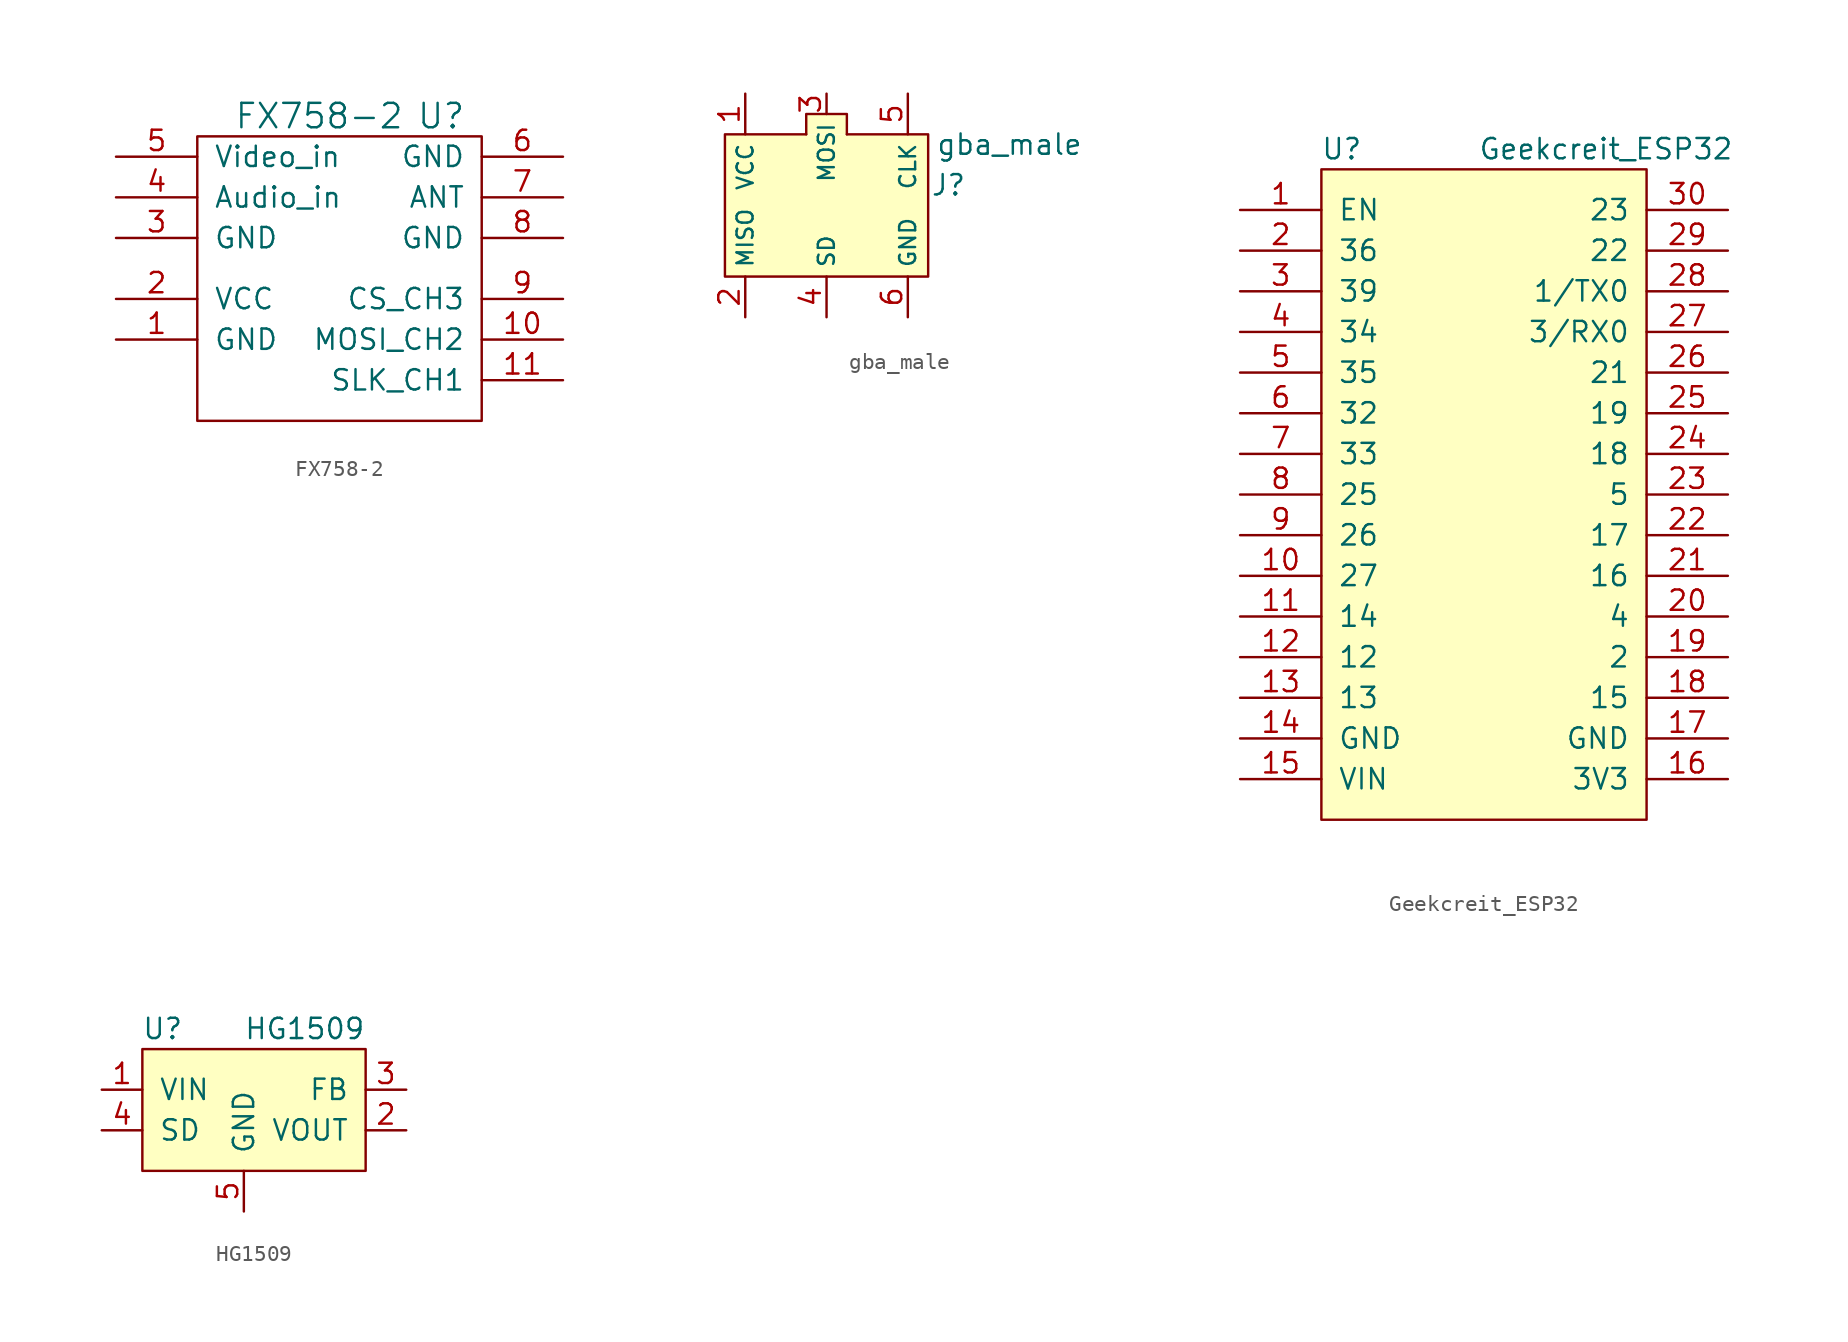
<source format=kicad_sym>
(kicad_symbol_lib
  (version 20211014)
  (generator kicad_symbol_editor)
  (symbol "FX758-2"
    (pin_names
      (offset 1.016))
    (property "Reference" "U"
      (at 5.08 6.35 0)
      (effects (font (size 1.524 1.524))))
    (property "Value" "FX758-2"
      (at -2.54 6.35 0)
      (effects (font (size 1.524 1.524))))
    (symbol "FX758-2_0_1"
      (rectangle (start -10.16 5.08) (end 7.62 -12.7) (stroke (width 0) (type default) (color 0 0 0 0)) (fill (type none))))
    (symbol "FX758-2_1_1"
      (pin passive line (at -15.24 -7.62 0) (length 5.08) (name "GND" (effects (font (size 1.27 1.27)))) (number "1" (effects (font (size 1.27 1.27)))))
      (pin input line (at 12.7 -7.62 180) (length 5.08) (name "MOSI_CH2" (effects (font (size 1.27 1.27)))) (number "10" (effects (font (size 1.27 1.27)))))
      (pin input line (at 12.7 -10.16 180) (length 5.08) (name "SLK_CH1" (effects (font (size 1.27 1.27)))) (number "11" (effects (font (size 1.27 1.27)))))
      (pin power_in line (at -15.24 -5.08 0) (length 5.08) (name "VCC" (effects (font (size 1.27 1.27)))) (number "2" (effects (font (size 1.27 1.27)))))
      (pin passive line (at -15.24 -1.27 0) (length 5.08) (name "GND" (effects (font (size 1.27 1.27)))) (number "3" (effects (font (size 1.27 1.27)))))
      (pin input line (at -15.24 1.27 0) (length 5.08) (name "Audio_in" (effects (font (size 1.27 1.27)))) (number "4" (effects (font (size 1.27 1.27)))))
      (pin input line (at -15.24 3.81 0) (length 5.08) (name "Video_in" (effects (font (size 1.27 1.27)))) (number "5" (effects (font (size 1.27 1.27)))))
      (pin passive line (at 12.7 3.81 180) (length 5.08) (name "GND" (effects (font (size 1.27 1.27)))) (number "6" (effects (font (size 1.27 1.27)))))
      (pin output line (at 12.7 1.27 180) (length 5.08) (name "ANT" (effects (font (size 1.27 1.27)))) (number "7" (effects (font (size 1.27 1.27)))))
      (pin passive line (at 12.7 -1.27 180) (length 5.08) (name "GND" (effects (font (size 1.27 1.27)))) (number "8" (effects (font (size 1.27 1.27)))))
      (pin input line (at 12.7 -5.08 180) (length 5.08) (name "CS_CH3" (effects (font (size 1.27 1.27)))) (number "9" (effects (font (size 1.27 1.27)))))))
  (symbol "gba_male"
    (property "Reference" "J"
      (at 7.62 1.905 0)
      (effects (font (size 1.27 1.27))))
    (property "Value" "gba_male"
      (at 11.43 4.445 0)
      (effects (font (size 1.27 1.27))))
    (symbol "gba_male_0_1"
      (polyline (pts (xy -1.27 5.08) (xy -1.27 6.35) (xy 1.27 6.35) (xy 1.27 5.08)) (stroke (width 0.152) (type default) (color 0 0 0 0)) (fill (type background)))
      (polyline (pts (xy -1.27 5.08) (xy -6.35 5.08) (xy -6.35 -3.81) (xy 6.35 -3.81) (xy 6.35 5.08) (xy 1.27 5.08)) (stroke (width 0.152) (type default) (color 0 0 0 0)) (fill (type background))))
    (symbol "gba_male_1_1"
      (pin input line (at -5.08 7.62 270) (length 2.54) (name "VCC" (effects (font (size 1 1)))) (number "1" (effects (font (size 1.27 1.27)))))
      (pin input line (at -5.08 -6.35 90) (length 2.54) (name "MISO" (effects (font (size 1 1)))) (number "2" (effects (font (size 1.27 1.27)))))
      (pin input line (at 0 7.62 270) (length 1.27) (name "MOSI" (effects (font (size 1 1)))) (number "3" (effects (font (size 1.27 1.27)))))
      (pin input line (at 0 -6.35 90) (length 2.54) (name "SD" (effects (font (size 1 1)))) (number "4" (effects (font (size 1.27 1.27)))))
      (pin input line (at 5.08 7.62 270) (length 2.54) (name "CLK" (effects (font (size 1 1)))) (number "5" (effects (font (size 1.27 1.27)))))
      (pin input line (at 5.08 -6.35 90) (length 2.54) (name "GND" (effects (font (size 1 1)))) (number "6" (effects (font (size 1.27 1.27)))))
      (pin input line (at 5.08 -6.35 90) (length 2.54) hide (name "SHIELD" (effects (font (size 1 1)))) (number "7" (effects (font (size 1.27 1.27)))))))
  (symbol "Geekcreit_ESP32"
    (pin_names
      (offset 1.016))
    (property "Reference" "U"
      (at -8.89 24.13 0)
      (effects (font (size 1.27 1.27))))
    (property "Value" "Geekcreit_ESP32"
      (at 7.62 24.13 0)
      (effects (font (size 1.27 1.27))))
    (symbol "Geekcreit_ESP32_0_1"
      (rectangle (start -10.16 22.86) (end 10.16 -17.78) (stroke (width 0) (type default) (color 0 0 0 0)) (fill (type background))))
    (symbol "Geekcreit_ESP32_1_1"
      (pin input line (at -15.24 20.32 0) (length 5.08) (name "EN" (effects (font (size 1.27 1.27)))) (number "1" (effects (font (size 1.27 1.27)))))
      (pin input line (at -15.24 -2.54 0) (length 5.08) (name "27" (effects (font (size 1.27 1.27)))) (number "10" (effects (font (size 1.27 1.27)))))
      (pin input line (at -15.24 -5.08 0) (length 5.08) (name "14" (effects (font (size 1.27 1.27)))) (number "11" (effects (font (size 1.27 1.27)))))
      (pin input line (at -15.24 -7.62 0) (length 5.08) (name "12" (effects (font (size 1.27 1.27)))) (number "12" (effects (font (size 1.27 1.27)))))
      (pin input line (at -15.24 -10.16 0) (length 5.08) (name "13" (effects (font (size 1.27 1.27)))) (number "13" (effects (font (size 1.27 1.27)))))
      (pin input line (at -15.24 -12.7 0) (length 5.08) (name "GND" (effects (font (size 1.27 1.27)))) (number "14" (effects (font (size 1.27 1.27)))))
      (pin input line (at -15.24 -15.24 0) (length 5.08) (name "VIN" (effects (font (size 1.27 1.27)))) (number "15" (effects (font (size 1.27 1.27)))))
      (pin input line (at 15.24 -15.24 180) (length 5.08) (name "3V3" (effects (font (size 1.27 1.27)))) (number "16" (effects (font (size 1.27 1.27)))))
      (pin input line (at 15.24 -12.7 180) (length 5.08) (name "GND" (effects (font (size 1.27 1.27)))) (number "17" (effects (font (size 1.27 1.27)))))
      (pin input line (at 15.24 -10.16 180) (length 5.08) (name "15" (effects (font (size 1.27 1.27)))) (number "18" (effects (font (size 1.27 1.27)))))
      (pin input line (at 15.24 -7.62 180) (length 5.08) (name "2" (effects (font (size 1.27 1.27)))) (number "19" (effects (font (size 1.27 1.27)))))
      (pin input line (at -15.24 17.78 0) (length 5.08) (name "36" (effects (font (size 1.27 1.27)))) (number "2" (effects (font (size 1.27 1.27)))))
      (pin input line (at 15.24 -5.08 180) (length 5.08) (name "4" (effects (font (size 1.27 1.27)))) (number "20" (effects (font (size 1.27 1.27)))))
      (pin input line (at 15.24 -2.54 180) (length 5.08) (name "16" (effects (font (size 1.27 1.27)))) (number "21" (effects (font (size 1.27 1.27)))))
      (pin input line (at 15.24 0 180) (length 5.08) (name "17" (effects (font (size 1.27 1.27)))) (number "22" (effects (font (size 1.27 1.27)))))
      (pin input line (at 15.24 2.54 180) (length 5.08) (name "5" (effects (font (size 1.27 1.27)))) (number "23" (effects (font (size 1.27 1.27)))))
      (pin input line (at 15.24 5.08 180) (length 5.08) (name "18" (effects (font (size 1.27 1.27)))) (number "24" (effects (font (size 1.27 1.27)))))
      (pin input line (at 15.24 7.62 180) (length 5.08) (name "19" (effects (font (size 1.27 1.27)))) (number "25" (effects (font (size 1.27 1.27)))))
      (pin input line (at 15.24 10.16 180) (length 5.08) (name "21" (effects (font (size 1.27 1.27)))) (number "26" (effects (font (size 1.27 1.27)))))
      (pin input line (at 15.24 12.7 180) (length 5.08) (name "3/RX0" (effects (font (size 1.27 1.27)))) (number "27" (effects (font (size 1.27 1.27)))))
      (pin input line (at 15.24 15.24 180) (length 5.08) (name "1/TX0" (effects (font (size 1.27 1.27)))) (number "28" (effects (font (size 1.27 1.27)))))
      (pin input line (at 15.24 17.78 180) (length 5.08) (name "22" (effects (font (size 1.27 1.27)))) (number "29" (effects (font (size 1.27 1.27)))))
      (pin input line (at -15.24 15.24 0) (length 5.08) (name "39" (effects (font (size 1.27 1.27)))) (number "3" (effects (font (size 1.27 1.27)))))
      (pin input line (at 15.24 20.32 180) (length 5.08) (name "23" (effects (font (size 1.27 1.27)))) (number "30" (effects (font (size 1.27 1.27)))))
      (pin input line (at -15.24 12.7 0) (length 5.08) (name "34" (effects (font (size 1.27 1.27)))) (number "4" (effects (font (size 1.27 1.27)))))
      (pin input line (at -15.24 10.16 0) (length 5.08) (name "35" (effects (font (size 1.27 1.27)))) (number "5" (effects (font (size 1.27 1.27)))))
      (pin input line (at -15.24 7.62 0) (length 5.08) (name "32" (effects (font (size 1.27 1.27)))) (number "6" (effects (font (size 1.27 1.27)))))
      (pin input line (at -15.24 5.08 0) (length 5.08) (name "33" (effects (font (size 1.27 1.27)))) (number "7" (effects (font (size 1.27 1.27)))))
      (pin input line (at -15.24 2.54 0) (length 5.08) (name "25" (effects (font (size 1.27 1.27)))) (number "8" (effects (font (size 1.27 1.27)))))
      (pin input line (at -15.24 0 0) (length 5.08) (name "26" (effects (font (size 1.27 1.27)))) (number "9" (effects (font (size 1.27 1.27)))))))
  (symbol "HG1509"
    (pin_names
      (offset 1.016))
    (property "Reference" "U"
      (at -5.08 5.08 0)
      (effects (font (size 1.27 1.27))))
    (property "Value" "HG1509"
      (at 3.81 5.08 0)
      (effects (font (size 1.27 1.27))))
    (symbol "HG1509_0_1"
      (rectangle (start -6.35 3.81) (end 7.62 -3.81) (stroke (width 0) (type default) (color 0 0 0 0)) (fill (type background))))
    (symbol "HG1509_1_1"
      (pin input line (at -8.89 1.27 0) (length 2.54) (name "VIN" (effects (font (size 1.27 1.27)))) (number "1" (effects (font (size 1.27 1.27)))))
      (pin input line (at 10.16 -1.27 180) (length 2.54) (name "VOUT" (effects (font (size 1.27 1.27)))) (number "2" (effects (font (size 1.27 1.27)))))
      (pin input line (at 10.16 1.27 180) (length 2.54) (name "FB" (effects (font (size 1.27 1.27)))) (number "3" (effects (font (size 1.27 1.27)))))
      (pin input line (at -8.89 -1.27 0) (length 2.54) (name "SD" (effects (font (size 1.27 1.27)))) (number "4" (effects (font (size 1.27 1.27)))))
      (pin input line (at 0 -6.35 90) (length 2.54) (name "GND" (effects (font (size 1.27 1.27)))) (number "5" (effects (font (size 1.27 1.27)))))
      (pin input line (at 0 -6.35 90) (length 2.54) hide (name "GND" (effects (font (size 1.27 1.27)))) (number "6" (effects (font (size 1.27 1.27)))))
      (pin input line (at 0 -6.35 90) (length 2.54) hide (name "GND" (effects (font (size 1.27 1.27)))) (number "7" (effects (font (size 1.27 1.27)))))
      (pin input line (at 0 -6.35 90) (length 2.54) hide (name "GND" (effects (font (size 1.27 1.27)))) (number "8" (effects (font (size 1.27 1.27))))))))
</source>
